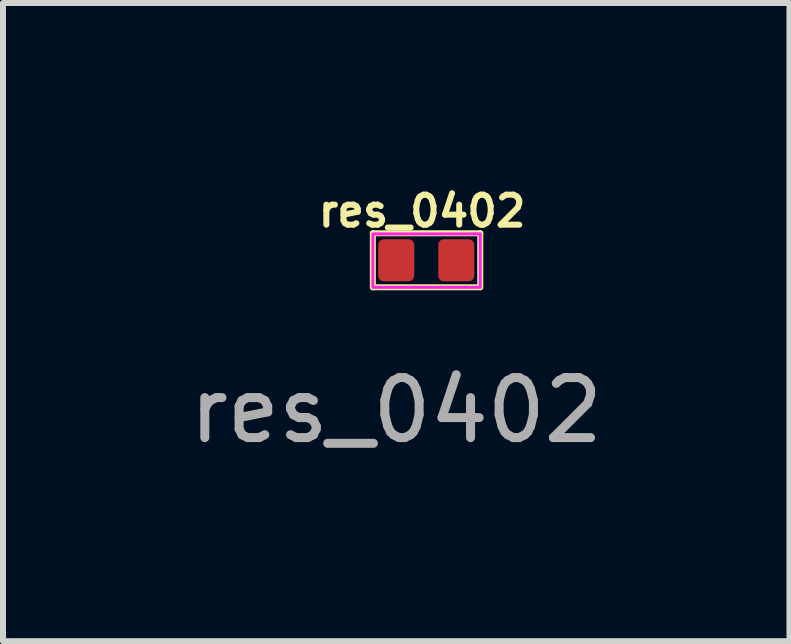
<source format=kicad_pcb>
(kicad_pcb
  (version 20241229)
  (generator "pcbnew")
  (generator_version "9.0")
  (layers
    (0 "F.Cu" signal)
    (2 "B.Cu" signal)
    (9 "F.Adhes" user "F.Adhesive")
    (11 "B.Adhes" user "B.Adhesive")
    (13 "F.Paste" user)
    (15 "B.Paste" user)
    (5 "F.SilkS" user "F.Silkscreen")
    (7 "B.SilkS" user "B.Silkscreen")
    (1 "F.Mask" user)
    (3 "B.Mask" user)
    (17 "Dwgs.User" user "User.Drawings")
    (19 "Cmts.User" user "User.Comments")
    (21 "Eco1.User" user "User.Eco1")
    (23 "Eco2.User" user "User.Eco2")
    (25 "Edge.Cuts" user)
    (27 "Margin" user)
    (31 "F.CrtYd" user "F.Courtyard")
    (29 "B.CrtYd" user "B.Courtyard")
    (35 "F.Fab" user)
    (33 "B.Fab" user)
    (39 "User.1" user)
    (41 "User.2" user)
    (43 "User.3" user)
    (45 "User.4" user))
  (footprint "res_0402"
    (layer "F.Cu")
    (at 3.554 1.288)
    (property "Reference" "res_0402" (at 0.43 -0.82 0) (unlocked yes) (layer "F.SilkS") (effects (font (size 0.5 0.5) (thickness 0.1))))
    (attr smd)
    (fp_line (start -0.39 -0.45) (end 1.4 -0.45) (stroke (width 0.1) (type default)) (layer "F.SilkS"))
    (fp_line (start -0.39 0.45) (end -0.39 -0.45) (stroke (width 0.1) (type default)) (layer "F.SilkS"))
    (fp_line (start 1.395 0.45) (end -0.39 0.45) (stroke (width 0.1) (type default)) (layer "F.SilkS"))
    (fp_line (start 1.4 -0.45) (end 1.4 0.45) (stroke (width 0.1) (type default)) (layer "F.SilkS"))
    (fp_rect (start -0.39 -0.44) (end 1.4 0.45) (stroke (width 0.05) (type default)) (fill no) (layer "F.CrtYd"))
    (fp_text user "${REFERENCE}" (at 0 2.5 0) (unlocked yes) (layer "F.Fab") (effects (font (size 1 1) (thickness 0.15))))
    (pad "1" smd roundrect (at 0 0) (size 0.6 0.7) (layers "F.Cu" "F.Mask" "F.Paste") (roundrect_rratio 0.15))
    (pad "2" smd roundrect (at 1 0) (size 0.6 0.7) (layers "F.Cu" "F.Mask" "F.Paste") (roundrect_rratio 0.15)))
  (gr_rect
    (start -3 -3)
    (end 10.107 7.636)
    (stroke (width 0.1) (type default))
    (fill no)
    (layer "Edge.Cuts")))
</source>
